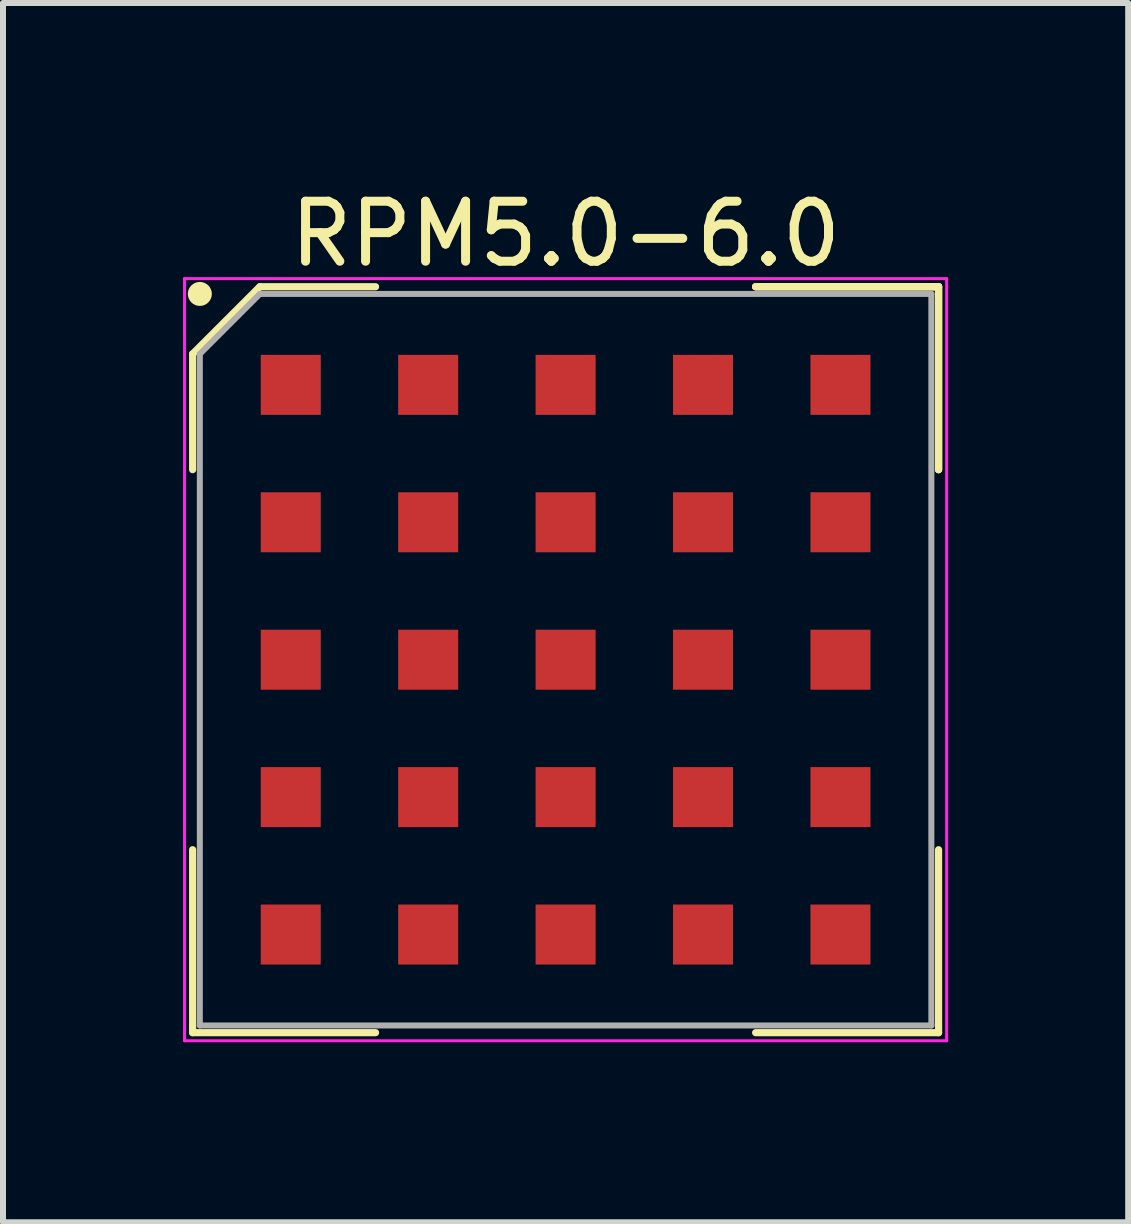
<source format=kicad_pcb>
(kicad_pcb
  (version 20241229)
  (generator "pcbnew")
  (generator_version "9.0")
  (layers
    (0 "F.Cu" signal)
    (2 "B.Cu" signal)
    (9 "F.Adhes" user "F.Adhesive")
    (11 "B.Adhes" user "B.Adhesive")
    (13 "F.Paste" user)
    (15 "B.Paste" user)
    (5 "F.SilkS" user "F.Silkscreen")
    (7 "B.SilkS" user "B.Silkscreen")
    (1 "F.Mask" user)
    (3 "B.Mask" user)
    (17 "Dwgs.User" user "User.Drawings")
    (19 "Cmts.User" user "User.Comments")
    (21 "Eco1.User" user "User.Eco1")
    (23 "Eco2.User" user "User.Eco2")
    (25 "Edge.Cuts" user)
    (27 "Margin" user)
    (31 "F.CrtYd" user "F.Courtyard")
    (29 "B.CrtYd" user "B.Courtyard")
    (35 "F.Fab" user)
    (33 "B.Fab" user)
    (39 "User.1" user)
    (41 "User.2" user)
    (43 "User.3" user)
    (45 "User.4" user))
  (footprint "RPM5.0-6.0"
    (layer "F.Cu")
    (at 6.375 7.943)
    (property "Reference" "RPM5.0-6.0" (at 0 -7.095 0) (layer "F.SilkS") (effects (font (size 1 1) (thickness 0.15))))
    (attr smd)
    (fp_line (start -6.215 -5.095) (end -6.215 -3.167) (stroke (width 0.12) (type solid)) (layer "F.SilkS"))
    (fp_line (start -6.215 6.215) (end -6.215 3.167) (stroke (width 0.12) (type solid)) (layer "F.SilkS"))
    (fp_line (start -5.095 -6.215) (end -6.215 -5.095) (stroke (width 0.12) (type solid)) (layer "F.SilkS"))
    (fp_line (start -3.167 -6.215) (end -5.095 -6.215) (stroke (width 0.12) (type solid)) (layer "F.SilkS"))
    (fp_line (start -3.167 6.215) (end -6.215 6.215) (stroke (width 0.12) (type solid)) (layer "F.SilkS"))
    (fp_line (start 3.167 -6.215) (end 6.215 -6.215) (stroke (width 0.12) (type solid)) (layer "F.SilkS"))
    (fp_line (start 3.167 -6.215) (end 6.215 -6.215) (stroke (width 0.12) (type solid)) (layer "F.SilkS"))
    (fp_line (start 3.167 -6.215) (end 6.215 -6.215) (stroke (width 0.12) (type solid)) (layer "F.SilkS"))
    (fp_line (start 3.167 6.215) (end 6.215 6.215) (stroke (width 0.12) (type solid)) (layer "F.SilkS"))
    (fp_line (start 6.215 -6.215) (end 6.215 -3.167) (stroke (width 0.12) (type solid)) (layer "F.SilkS"))
    (fp_line (start 6.215 -6.215) (end 6.215 -3.167) (stroke (width 0.12) (type solid)) (layer "F.SilkS"))
    (fp_line (start 6.215 -6.215) (end 6.215 -3.167) (stroke (width 0.12) (type solid)) (layer "F.SilkS"))
    (fp_line (start 6.215 6.215) (end 6.215 3.167) (stroke (width 0.12) (type solid)) (layer "F.SilkS"))
    (fp_circle (center -6.095 -6.095) (end -6.095 -5.995) (stroke (width 0.2) (type solid)) (fill no) (layer "F.SilkS"))
    (fp_line (start -6.35 -6.35) (end 6.35 -6.35) (stroke (width 0.05) (type solid)) (layer "F.CrtYd"))
    (fp_line (start -6.35 6.35) (end -6.35 -6.35) (stroke (width 0.05) (type solid)) (layer "F.CrtYd"))
    (fp_line (start 6.35 -6.35) (end 6.35 6.35) (stroke (width 0.05) (type solid)) (layer "F.CrtYd"))
    (fp_line (start 6.35 6.35) (end -6.35 6.35) (stroke (width 0.05) (type solid)) (layer "F.CrtYd"))
    (fp_line (start -6.095 -5.095) (end -6.095 6.095) (stroke (width 0.1) (type solid)) (layer "F.Fab"))
    (fp_line (start -6.095 6.095) (end 6.095 6.095) (stroke (width 0.1) (type solid)) (layer "F.Fab"))
    (fp_line (start -5.095 -6.095) (end -6.095 -5.095) (stroke (width 0.1) (type solid)) (layer "F.Fab"))
    (fp_line (start 6.095 -6.095) (end -5.095 -6.095) (stroke (width 0.1) (type solid)) (layer "F.Fab"))
    (fp_line (start 6.095 6.095) (end 6.095 -6.095) (stroke (width 0.1) (type solid)) (layer "F.Fab"))
    (pad "A1" smd rect (at -4.58 -4.58) (size 1 1) (layers "F.Cu" "F.Mask" "F.Paste"))
    (pad "A2" smd rect (at -2.29 -4.58) (size 1 1) (layers "F.Cu" "F.Mask" "F.Paste"))
    (pad "A3" smd rect (at 0 -4.58) (size 1 1) (layers "F.Cu" "F.Mask" "F.Paste"))
    (pad "A4" smd rect (at 2.29 -4.58) (size 1 1) (layers "F.Cu" "F.Mask" "F.Paste"))
    (pad "A5" smd rect (at 4.58 -4.58) (size 1 1) (layers "F.Cu" "F.Mask" "F.Paste"))
    (pad "B1" smd rect (at -4.58 -2.29) (size 1 1) (layers "F.Cu" "F.Mask" "F.Paste"))
    (pad "B2" smd rect (at -2.29 -2.29) (size 1 1) (layers "F.Cu" "F.Mask" "F.Paste"))
    (pad "B3" smd rect (at 0 -2.29) (size 1 1) (layers "F.Cu" "F.Mask" "F.Paste"))
    (pad "B4" smd rect (at 2.29 -2.29) (size 1 1) (layers "F.Cu" "F.Mask" "F.Paste"))
    (pad "B5" smd rect (at 4.58 -2.29) (size 1 1) (layers "F.Cu" "F.Mask" "F.Paste"))
    (pad "C1" smd rect (at -4.58 0) (size 1 1) (layers "F.Cu" "F.Mask" "F.Paste"))
    (pad "C2" smd rect (at -2.29 0) (size 1 1) (layers "F.Cu" "F.Mask" "F.Paste"))
    (pad "C3" smd rect (at 0 0) (size 1 1) (layers "F.Cu" "F.Mask" "F.Paste"))
    (pad "C4" smd rect (at 2.29 0) (size 1 1) (layers "F.Cu" "F.Mask" "F.Paste"))
    (pad "C5" smd rect (at 4.58 0) (size 1 1) (layers "F.Cu" "F.Mask" "F.Paste"))
    (pad "D1" smd rect (at -4.58 2.29) (size 1 1) (layers "F.Cu" "F.Mask" "F.Paste"))
    (pad "D2" smd rect (at -2.29 2.29) (size 1 1) (layers "F.Cu" "F.Mask" "F.Paste"))
    (pad "D3" smd rect (at 0 2.29) (size 1 1) (layers "F.Cu" "F.Mask" "F.Paste"))
    (pad "D4" smd rect (at 2.29 2.29) (size 1 1) (layers "F.Cu" "F.Mask" "F.Paste"))
    (pad "D5" smd rect (at 4.58 2.29) (size 1 1) (layers "F.Cu" "F.Mask" "F.Paste"))
    (pad "E1" smd rect (at -4.58 4.58) (size 1 1) (layers "F.Cu" "F.Mask" "F.Paste"))
    (pad "E2" smd rect (at -2.29 4.58) (size 1 1) (layers "F.Cu" "F.Mask" "F.Paste"))
    (pad "E3" smd rect (at 0 4.58) (size 1 1) (layers "F.Cu" "F.Mask" "F.Paste"))
    (pad "E4" smd rect (at 2.29 4.58) (size 1 1) (layers "F.Cu" "F.Mask" "F.Paste"))
    (pad "E5" smd rect (at 4.58 4.58) (size 1 1) (layers "F.Cu" "F.Mask" "F.Paste")))
  (gr_rect
    (start -3 -3)
    (end 15.75 17.318)
    (stroke (width 0.1) (type default))
    (fill no)
    (layer "Edge.Cuts")))
</source>
